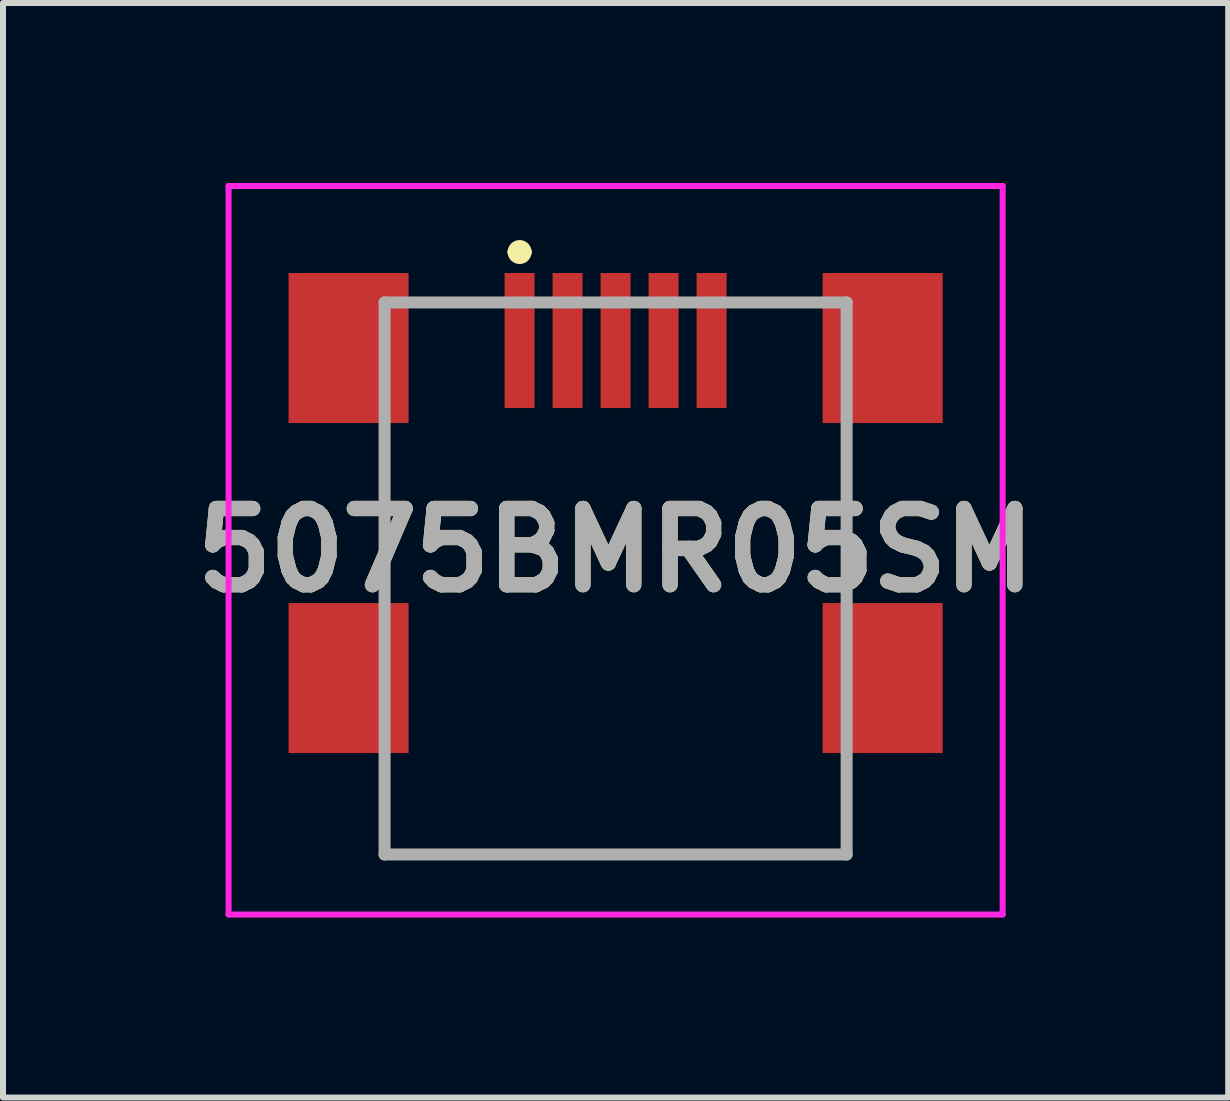
<source format=kicad_pcb>
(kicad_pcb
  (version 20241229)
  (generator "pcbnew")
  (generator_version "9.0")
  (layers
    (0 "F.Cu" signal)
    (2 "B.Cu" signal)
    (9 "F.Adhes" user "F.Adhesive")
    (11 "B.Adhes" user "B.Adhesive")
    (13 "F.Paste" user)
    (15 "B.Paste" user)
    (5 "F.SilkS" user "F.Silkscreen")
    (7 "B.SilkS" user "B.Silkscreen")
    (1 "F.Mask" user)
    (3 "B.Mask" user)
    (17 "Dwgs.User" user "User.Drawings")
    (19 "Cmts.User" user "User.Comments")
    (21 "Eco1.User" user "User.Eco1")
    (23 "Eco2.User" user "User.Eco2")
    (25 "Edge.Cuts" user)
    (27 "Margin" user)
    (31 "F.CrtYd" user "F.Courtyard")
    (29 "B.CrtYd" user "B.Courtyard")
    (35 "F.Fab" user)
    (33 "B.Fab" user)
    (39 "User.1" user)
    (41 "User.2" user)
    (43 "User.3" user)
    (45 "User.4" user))
  (footprint "5075BMR05SM"
    (layer "F.Cu")
    (at 7.209 6.12)
    (property "Reference" "5075BMR05SM" (at 0 0 0) (layer "F.SilkS") (effects (font (size 1.27 1.27) (thickness 0.254))))
    (attr smd)
    (fp_line (start -3.85 -1.87) (end -3.85 0.63) (stroke (width 0.1) (type solid)) (layer "F.SilkS"))
    (fp_line (start -3.85 3.63) (end -3.85 5.07) (stroke (width 0.1) (type solid)) (layer "F.SilkS"))
    (fp_line (start -3.85 5.07) (end 3.85 5.07) (stroke (width 0.1) (type solid)) (layer "F.SilkS"))
    (fp_line (start -1.7 -4.97) (end -1.7 -4.97) (stroke (width 0.2) (type solid)) (layer "F.SilkS"))
    (fp_line (start -1.5 -4.97) (end -1.5 -4.97) (stroke (width 0.2) (type solid)) (layer "F.SilkS"))
    (fp_line (start 3.85 -1.87) (end 3.85 0.63) (stroke (width 0.1) (type solid)) (layer "F.SilkS"))
    (fp_line (start 3.85 5.07) (end 3.85 3.63) (stroke (width 0.1) (type solid)) (layer "F.SilkS"))
    (fp_arc (start -1.7 -4.97) (mid -1.6 -5.07) (end -1.5 -4.97) (stroke (width 0.2) (type solid)) (layer "F.SilkS"))
    (fp_arc (start -1.5 -4.97) (mid -1.6 -4.87) (end -1.7 -4.97) (stroke (width 0.2) (type solid)) (layer "F.SilkS"))
    (fp_line (start -6.45 -6.07) (end 6.45 -6.07) (stroke (width 0.1) (type solid)) (layer "F.CrtYd"))
    (fp_line (start -6.45 6.07) (end -6.45 -6.07) (stroke (width 0.1) (type solid)) (layer "F.CrtYd"))
    (fp_line (start 6.45 -6.07) (end 6.45 6.07) (stroke (width 0.1) (type solid)) (layer "F.CrtYd"))
    (fp_line (start 6.45 6.07) (end -6.45 6.07) (stroke (width 0.1) (type solid)) (layer "F.CrtYd"))
    (fp_line (start -3.85 -4.13) (end 3.85 -4.13) (stroke (width 0.2) (type solid)) (layer "F.Fab"))
    (fp_line (start -3.85 5.07) (end -3.85 -4.13) (stroke (width 0.2) (type solid)) (layer "F.Fab"))
    (fp_line (start 3.85 -4.13) (end 3.85 5.07) (stroke (width 0.2) (type solid)) (layer "F.Fab"))
    (fp_line (start 3.85 5.07) (end -3.85 5.07) (stroke (width 0.2) (type solid)) (layer "F.Fab"))
    (fp_text user "${REFERENCE}" (at 0 0 0) (layer "F.Fab") (effects (font (size 1.27 1.27) (thickness 0.254))))
    (pad "1" smd rect (at -1.6 -3.495) (size 0.5 2.25) (layers "F.Cu" "F.Mask" "F.Paste"))
    (pad "2" smd rect (at -0.8 -3.495) (size 0.5 2.25) (layers "F.Cu" "F.Mask" "F.Paste"))
    (pad "3" smd rect (at 0 -3.495) (size 0.5 2.25) (layers "F.Cu" "F.Mask" "F.Paste"))
    (pad "4" smd rect (at 0.8 -3.495) (size 0.5 2.25) (layers "F.Cu" "F.Mask" "F.Paste"))
    (pad "5" smd rect (at 1.6 -3.495) (size 0.5 2.25) (layers "F.Cu" "F.Mask" "F.Paste"))
    (pad "6" smd rect (at -4.45 -3.37) (size 2 2.5) (layers "F.Cu" "F.Mask" "F.Paste"))
    (pad "7" smd rect (at -4.45 2.13) (size 2 2.5) (layers "F.Cu" "F.Mask" "F.Paste"))
    (pad "8" smd rect (at 4.45 2.13) (size 2 2.5) (layers "F.Cu" "F.Mask" "F.Paste"))
    (pad "9" smd rect (at 4.45 -3.37) (size 2 2.5) (layers "F.Cu" "F.Mask" "F.Paste")))
  (gr_rect
    (start -3 -3)
    (end 17.418 15.24)
    (stroke (width 0.1) (type default))
    (fill no)
    (layer "Edge.Cuts")))
</source>
